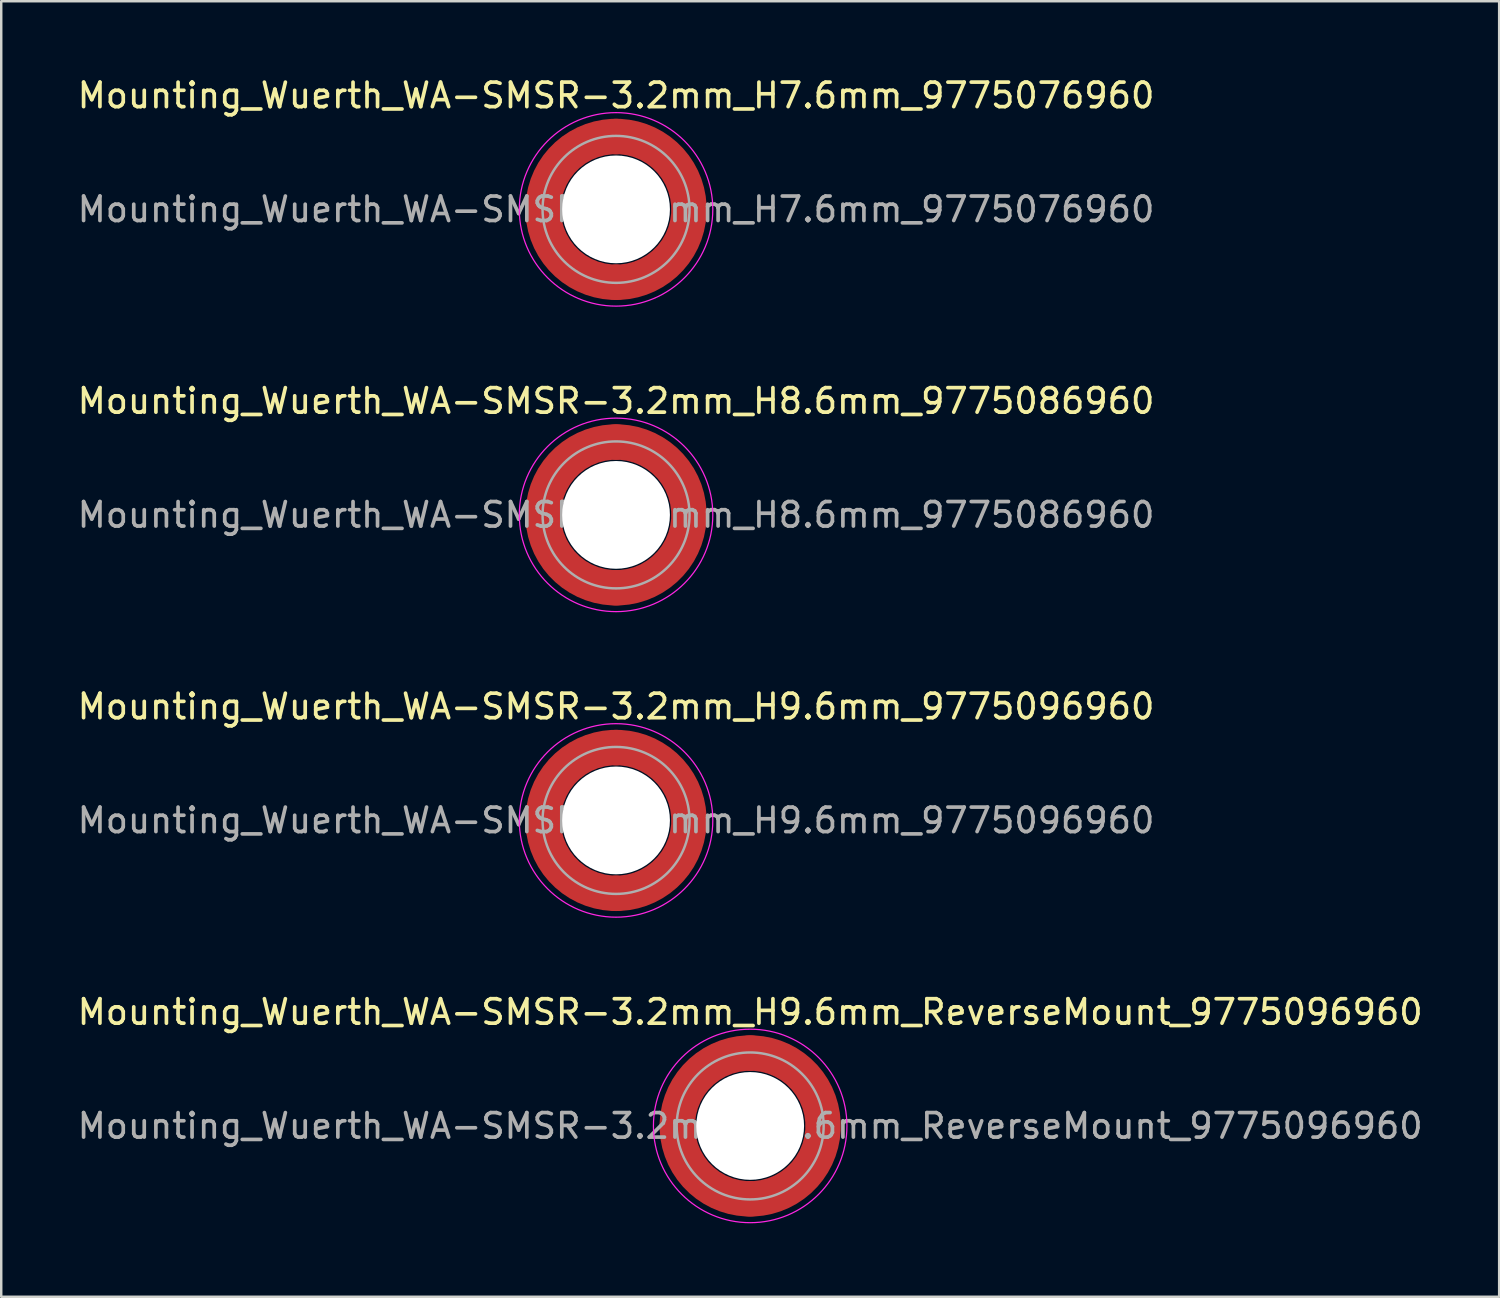
<source format=kicad_pcb>
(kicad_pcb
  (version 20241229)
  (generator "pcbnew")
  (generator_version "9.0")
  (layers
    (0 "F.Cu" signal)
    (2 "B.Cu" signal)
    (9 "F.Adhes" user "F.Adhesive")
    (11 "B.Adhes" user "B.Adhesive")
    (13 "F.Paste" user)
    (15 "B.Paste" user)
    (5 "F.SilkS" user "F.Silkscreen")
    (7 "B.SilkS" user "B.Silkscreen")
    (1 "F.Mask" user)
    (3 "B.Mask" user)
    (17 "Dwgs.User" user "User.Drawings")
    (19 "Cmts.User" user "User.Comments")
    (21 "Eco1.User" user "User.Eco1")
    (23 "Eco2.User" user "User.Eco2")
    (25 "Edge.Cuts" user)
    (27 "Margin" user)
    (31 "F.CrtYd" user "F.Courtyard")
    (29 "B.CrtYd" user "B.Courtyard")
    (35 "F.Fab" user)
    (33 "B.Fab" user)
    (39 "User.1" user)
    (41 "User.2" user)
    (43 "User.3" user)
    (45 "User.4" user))
  (footprint "Mounting_Wuerth_WA-SMSR-3.2mm_H7.6mm_9775076960"
    (layer "F.Cu")
    (at 22.101 5.498)
    (property "Reference" "Mounting_Wuerth_WA-SMSR-3.2mm_H7.6mm_9775076960" (at 0 -4.65 0) (layer "F.SilkS") (effects (font (size 1 1) (thickness 0.15))))
    (attr smd)
    (fp_circle (center 0 0) (end 3.95 0) (stroke (width 0.05) (type solid)) (fill no) (layer "F.CrtYd"))
    (fp_circle (center 0 0) (end 3 0) (stroke (width 0.1) (type solid)) (fill no) (layer "F.Fab"))
    (fp_text user "${REFERENCE}" (at 0 0 0) (layer "F.Fab") (effects (font (size 1 1) (thickness 0.15))))
    (pad "" smd custom (at -2.095 -2.095) (size 1.345 1.345) (layers "F.Paste") (options (anchor circle)) (primitives (gr_arc (start -0.426133 1.358554) (mid 0.237765 0.237765) (end 1.358554 -0.426133) (width 0.6725)) (gr_arc (start -0.774751 1.358554) (mid 0 0) (end 1.358554 -0.774751) (width 0.6725)) (gr_arc (start -1.120735 1.358554) (mid -0.237765 -0.237765) (end 1.358554 -1.120735) (width 0.6725)) (gr_arc (start -1.120735 1.358554) (mid -0.237765 -0.237765) (end 1.358554 -1.120735) (width 0.6725)) (gr_line (start 1.359 -0.426) (end 1.359 -1.121) (width 0.672)) (gr_line (start -0.426 1.359) (end -1.121 1.359) (width 0.672))))
    (pad "" smd custom (at -2.095 2.095) (size 1.345 1.345) (layers "F.Paste") (options (anchor circle)) (primitives (gr_arc (start 1.358554 0.426133) (mid 0.237765 -0.237765) (end -0.426133 -1.358554) (width 0.6725)) (gr_arc (start 1.358554 0.774751) (mid 0 0) (end -0.774751 -1.358554) (width 0.6725)) (gr_arc (start 1.358554 1.120735) (mid -0.237765 0.237765) (end -1.120735 -1.358554) (width 0.6725)) (gr_arc (start 1.358554 1.120735) (mid -0.237765 0.237765) (end -1.120735 -1.358554) (width 0.6725)) (gr_line (start -0.426 -1.359) (end -1.121 -1.359) (width 0.672)) (gr_line (start 1.359 0.426) (end 1.359 1.121) (width 0.672))))
    (pad "" np_thru_hole circle (at 0 0) (size 4.4 4.4) (drill 4.4) (layers "*.Cu" "*.Mask"))
    (pad "" smd custom (at 2.095 -2.095) (size 1.345 1.345) (layers "F.Paste") (options (anchor circle)) (primitives (gr_arc (start -1.358554 -0.426133) (mid -0.237765 0.237765) (end 0.426133 1.358554) (width 0.6725)) (gr_arc (start -1.358554 -0.774751) (mid 0 0) (end 0.774751 1.358554) (width 0.6725)) (gr_arc (start -1.358554 -1.120735) (mid 0.237765 -0.237765) (end 1.120735 1.358554) (width 0.6725)) (gr_arc (start -1.358554 -1.120735) (mid 0.237765 -0.237765) (end 1.120735 1.358554) (width 0.6725)) (gr_line (start 0.426 1.359) (end 1.121 1.359) (width 0.672)) (gr_line (start -1.359 -0.426) (end -1.359 -1.121) (width 0.672))))
    (pad "" smd custom (at 2.095 2.095) (size 1.345 1.345) (layers "F.Paste") (options (anchor circle)) (primitives (gr_arc (start 0.426133 -1.358554) (mid -0.237765 -0.237765) (end -1.358554 0.426133) (width 0.6725)) (gr_arc (start 0.774751 -1.358554) (mid 0 0) (end -1.358554 0.774751) (width 0.6725)) (gr_arc (start 1.120735 -1.358554) (mid 0.237765 0.237765) (end -1.358554 1.120735) (width 0.6725)) (gr_arc (start 1.120735 -1.358554) (mid 0.237765 0.237765) (end -1.358554 1.120735) (width 0.6725)) (gr_line (start -1.359 0.426) (end -1.359 1.121) (width 0.672)) (gr_line (start 0.426 -1.359) (end 1.121 -1.359) (width 0.672))))
    (pad "1" smd circle (at -2.975 0) (size 1.45 1.45) (layers "F.Cu"))
    (pad "1" smd circle (at 0 -2.975) (size 1.45 1.45) (layers "F.Cu"))
    (pad "1" smd circle (at 0 2.975) (size 1.45 1.45) (layers "F.Cu"))
    (pad "1" smd custom (at 2.975 0) (size 1.45 1.45) (layers "F.Cu" "F.Mask") (options (anchor circle)) (primitives (gr_circle (center -2.975 0) (end 0 0) (width 1.45) (fill no)))))
  (footprint "Mounting_Wuerth_WA-SMSR-3.2mm_H9.6mm_ReverseMount_9775096960"
    (layer "F.Cu")
    (at 27.577 42.918)
    (property "Reference" "Mounting_Wuerth_WA-SMSR-3.2mm_H9.6mm_ReverseMount_9775096960" (at 0 -4.65 0) (layer "F.SilkS") (effects (font (size 1 1) (thickness 0.15))))
    (attr smd)
    (fp_circle (center 0 0) (end 3.95 0) (stroke (width 0.05) (type solid)) (fill no) (layer "F.CrtYd"))
    (fp_circle (center 0 0) (end 3 0) (stroke (width 0.1) (type solid)) (fill no) (layer "F.Fab"))
    (fp_text user "${REFERENCE}" (at 0 0 0) (layer "F.Fab") (effects (font (size 1 1) (thickness 0.15))))
    (pad "" smd custom (at -2.095 -2.095) (size 0.672 0.672) (layers "F.Paste") (options (anchor circle)) (primitives (gr_arc (start -0.24231 1.594804) (mid 0.404819 0.404819) (end 1.594804 -0.24231) (width 0.2)) (gr_arc (start -0.3398 1.594804) (mid 0.337349 0.337349) (end 1.594804 -0.3398) (width 0.2)) (gr_arc (start -0.437132 1.594804) (mid 0.269879 0.269879) (end 1.594804 -0.437132) (width 0.2)) (gr_arc (start -0.534324 1.594804) (mid 0.202409 0.202409) (end 1.594804 -0.534324) (width 0.2)) (gr_arc (start -0.631391 1.594804) (mid 0.134939 0.134939) (end 1.594804 -0.631391) (width 0.2)) (gr_arc (start -0.728345 1.594804) (mid 0.06747 0.06747) (end 1.594804 -0.728345) (width 0.2)) (gr_arc (start -0.825197 1.594804) (mid 0 0) (end 1.594804 -0.825197) (width 0.2)) (gr_arc (start -0.921958 1.594804) (mid -0.067469 -0.067469) (end 1.594804 -0.921958) (width 0.2)) (gr_arc (start -1.018637 1.594804) (mid -0.13494 -0.13494) (end 1.594804 -1.018637) (width 0.2)) (gr_arc (start -1.115239 1.594804) (mid -0.202409 -0.202409) (end 1.594804 -1.115239) (width 0.2)) (gr_arc (start -1.211773 1.594804) (mid -0.269879 -0.269879) (end 1.594804 -1.211773) (width 0.2)) (gr_arc (start -1.308244 1.594804) (mid -0.337349 -0.337349) (end 1.594804 -1.308244) (width 0.2)) (gr_arc (start -1.404657 1.594804) (mid -0.404819 -0.404819) (end 1.594804 -1.404657) (width 0.2)) (gr_arc (start -1.404657 1.594804) (mid -0.404819 -0.404819) (end 1.594804 -1.404657) (width 0.2)) (gr_line (start 1.595 -0.242) (end 1.595 -1.405) (width 0.2)) (gr_line (start -0.242 1.595) (end -1.405 1.595) (width 0.2))))
    (pad "" smd custom (at -2.095 2.095) (size 0.672 0.672) (layers "F.Paste") (options (anchor circle)) (primitives (gr_arc (start 1.594804 0.24231) (mid 0.404819 -0.404819) (end -0.24231 -1.594804) (width 0.2)) (gr_arc (start 1.594804 0.3398) (mid 0.337349 -0.337349) (end -0.3398 -1.594804) (width 0.2)) (gr_arc (start 1.594804 0.437132) (mid 0.269879 -0.269879) (end -0.437132 -1.594804) (width 0.2)) (gr_arc (start 1.594804 0.534324) (mid 0.202409 -0.202409) (end -0.534324 -1.594804) (width 0.2)) (gr_arc (start 1.594804 0.631391) (mid 0.134939 -0.134939) (end -0.631391 -1.594804) (width 0.2)) (gr_arc (start 1.594804 0.728345) (mid 0.06747 -0.06747) (end -0.728345 -1.594804) (width 0.2)) (gr_arc (start 1.594804 0.825197) (mid 0 0) (end -0.825197 -1.594804) (width 0.2)) (gr_arc (start 1.594804 0.921958) (mid -0.067469 0.067469) (end -0.921958 -1.594804) (width 0.2)) (gr_arc (start 1.594804 1.018637) (mid -0.13494 0.13494) (end -1.018637 -1.594804) (width 0.2)) (gr_arc (start 1.594804 1.115239) (mid -0.202409 0.202409) (end -1.115239 -1.594804) (width 0.2)) (gr_arc (start 1.594804 1.211773) (mid -0.269879 0.269879) (end -1.211773 -1.594804) (width 0.2)) (gr_arc (start 1.594804 1.308244) (mid -0.337349 0.337349) (end -1.308244 -1.594804) (width 0.2)) (gr_arc (start 1.594804 1.404657) (mid -0.404819 0.404819) (end -1.404657 -1.594804) (width 0.2)) (gr_arc (start 1.594804 1.404657) (mid -0.404819 0.404819) (end -1.404657 -1.594804) (width 0.2)) (gr_line (start -0.242 -1.595) (end -1.405 -1.595) (width 0.2)) (gr_line (start 1.595 0.242) (end 1.595 1.405) (width 0.2))))
    (pad "" np_thru_hole circle (at 0 0) (size 4.4 4.4) (drill 4.4) (layers "*.Cu" "*.Mask"))
    (pad "" smd custom (at 2.095 -2.095) (size 0.672 0.672) (layers "F.Paste") (options (anchor circle)) (primitives (gr_arc (start -1.594804 -0.24231) (mid -0.404819 0.404819) (end 0.24231 1.594804) (width 0.2)) (gr_arc (start -1.594804 -0.3398) (mid -0.337349 0.337349) (end 0.3398 1.594804) (width 0.2)) (gr_arc (start -1.594804 -0.437132) (mid -0.269879 0.269879) (end 0.437132 1.594804) (width 0.2)) (gr_arc (start -1.594804 -0.534324) (mid -0.202409 0.202409) (end 0.534324 1.594804) (width 0.2)) (gr_arc (start -1.594804 -0.631391) (mid -0.134939 0.134939) (end 0.631391 1.594804) (width 0.2)) (gr_arc (start -1.594804 -0.728345) (mid -0.06747 0.06747) (end 0.728345 1.594804) (width 0.2)) (gr_arc (start -1.594804 -0.825197) (mid 0 0) (end 0.825197 1.594804) (width 0.2)) (gr_arc (start -1.594804 -0.921958) (mid 0.067469 -0.067469) (end 0.921958 1.594804) (width 0.2)) (gr_arc (start -1.594804 -1.018637) (mid 0.13494 -0.13494) (end 1.018637 1.594804) (width 0.2)) (gr_arc (start -1.594804 -1.115239) (mid 0.202409 -0.202409) (end 1.115239 1.594804) (width 0.2)) (gr_arc (start -1.594804 -1.211773) (mid 0.269879 -0.269879) (end 1.211773 1.594804) (width 0.2)) (gr_arc (start -1.594804 -1.308244) (mid 0.337349 -0.337349) (end 1.308244 1.594804) (width 0.2)) (gr_arc (start -1.594804 -1.404657) (mid 0.404819 -0.404819) (end 1.404657 1.594804) (width 0.2)) (gr_arc (start -1.594804 -1.404657) (mid 0.404819 -0.404819) (end 1.404657 1.594804) (width 0.2)) (gr_line (start 0.242 1.595) (end 1.405 1.595) (width 0.2)) (gr_line (start -1.595 -0.242) (end -1.595 -1.405) (width 0.2))))
    (pad "" smd custom (at 2.095 2.095) (size 0.672 0.672) (layers "F.Paste") (options (anchor circle)) (primitives (gr_arc (start 0.24231 -1.594804) (mid -0.404819 -0.404819) (end -1.594804 0.24231) (width 0.2)) (gr_arc (start 0.3398 -1.594804) (mid -0.337349 -0.337349) (end -1.594804 0.3398) (width 0.2)) (gr_arc (start 0.437132 -1.594804) (mid -0.269879 -0.269879) (end -1.594804 0.437132) (width 0.2)) (gr_arc (start 0.534324 -1.594804) (mid -0.202409 -0.202409) (end -1.594804 0.534324) (width 0.2)) (gr_arc (start 0.631391 -1.594804) (mid -0.134939 -0.134939) (end -1.594804 0.631391) (width 0.2)) (gr_arc (start 0.728345 -1.594804) (mid -0.06747 -0.06747) (end -1.594804 0.728345) (width 0.2)) (gr_arc (start 0.825197 -1.594804) (mid 0 0) (end -1.594804 0.825197) (width 0.2)) (gr_arc (start 0.921958 -1.594804) (mid 0.067469 0.067469) (end -1.594804 0.921958) (width 0.2)) (gr_arc (start 1.018637 -1.594804) (mid 0.13494 0.13494) (end -1.594804 1.018637) (width 0.2)) (gr_arc (start 1.115239 -1.594804) (mid 0.202409 0.202409) (end -1.594804 1.115239) (width 0.2)) (gr_arc (start 1.211773 -1.594804) (mid 0.269879 0.269879) (end -1.594804 1.211773) (width 0.2)) (gr_arc (start 1.308244 -1.594804) (mid 0.337349 0.337349) (end -1.594804 1.308244) (width 0.2)) (gr_arc (start 1.404657 -1.594804) (mid 0.404819 0.404819) (end -1.594804 1.404657) (width 0.2)) (gr_arc (start 1.404657 -1.594804) (mid 0.404819 0.404819) (end -1.594804 1.404657) (width 0.2)) (gr_line (start -1.595 0.242) (end -1.595 1.405) (width 0.2)) (gr_line (start 0.242 -1.595) (end 1.405 -1.595) (width 0.2))))
    (pad "1" smd circle (at -2.975 0) (size 1.45 1.45) (layers "F.Cu"))
    (pad "1" smd circle (at 0 -2.975) (size 1.45 1.45) (layers "F.Cu"))
    (pad "1" smd circle (at 0 2.975) (size 1.45 1.45) (layers "F.Cu"))
    (pad "1" smd custom (at 2.975 0) (size 1.45 1.45) (layers "F.Cu" "F.Mask") (options (anchor circle)) (primitives (gr_circle (center -2.975 0) (end 0 0) (width 1.45) (fill no)))))
  (footprint "Mounting_Wuerth_WA-SMSR-3.2mm_H9.6mm_9775096960"
    (layer "F.Cu")
    (at 22.101 30.445)
    (property "Reference" "Mounting_Wuerth_WA-SMSR-3.2mm_H9.6mm_9775096960" (at 0 -4.65 0) (layer "F.SilkS") (effects (font (size 1 1) (thickness 0.15))))
    (attr smd)
    (fp_circle (center 0 0) (end 3.95 0) (stroke (width 0.05) (type solid)) (fill no) (layer "F.CrtYd"))
    (fp_circle (center 0 0) (end 3 0) (stroke (width 0.1) (type solid)) (fill no) (layer "F.Fab"))
    (fp_text user "${REFERENCE}" (at 0 0 0) (layer "F.Fab") (effects (font (size 1 1) (thickness 0.15))))
    (pad "" smd custom (at -2.095 -2.095) (size 1.345 1.345) (layers "F.Paste") (options (anchor circle)) (primitives (gr_arc (start -0.426133 1.358554) (mid 0.237765 0.237765) (end 1.358554 -0.426133) (width 0.6725)) (gr_arc (start -0.774751 1.358554) (mid 0 0) (end 1.358554 -0.774751) (width 0.6725)) (gr_arc (start -1.120735 1.358554) (mid -0.237765 -0.237765) (end 1.358554 -1.120735) (width 0.6725)) (gr_arc (start -1.120735 1.358554) (mid -0.237765 -0.237765) (end 1.358554 -1.120735) (width 0.6725)) (gr_line (start 1.359 -0.426) (end 1.359 -1.121) (width 0.672)) (gr_line (start -0.426 1.359) (end -1.121 1.359) (width 0.672))))
    (pad "" smd custom (at -2.095 2.095) (size 1.345 1.345) (layers "F.Paste") (options (anchor circle)) (primitives (gr_arc (start 1.358554 0.426133) (mid 0.237765 -0.237765) (end -0.426133 -1.358554) (width 0.6725)) (gr_arc (start 1.358554 0.774751) (mid 0 0) (end -0.774751 -1.358554) (width 0.6725)) (gr_arc (start 1.358554 1.120735) (mid -0.237765 0.237765) (end -1.120735 -1.358554) (width 0.6725)) (gr_arc (start 1.358554 1.120735) (mid -0.237765 0.237765) (end -1.120735 -1.358554) (width 0.6725)) (gr_line (start -0.426 -1.359) (end -1.121 -1.359) (width 0.672)) (gr_line (start 1.359 0.426) (end 1.359 1.121) (width 0.672))))
    (pad "" np_thru_hole circle (at 0 0) (size 4.4 4.4) (drill 4.4) (layers "*.Cu" "*.Mask"))
    (pad "" smd custom (at 2.095 -2.095) (size 1.345 1.345) (layers "F.Paste") (options (anchor circle)) (primitives (gr_arc (start -1.358554 -0.426133) (mid -0.237765 0.237765) (end 0.426133 1.358554) (width 0.6725)) (gr_arc (start -1.358554 -0.774751) (mid 0 0) (end 0.774751 1.358554) (width 0.6725)) (gr_arc (start -1.358554 -1.120735) (mid 0.237765 -0.237765) (end 1.120735 1.358554) (width 0.6725)) (gr_arc (start -1.358554 -1.120735) (mid 0.237765 -0.237765) (end 1.120735 1.358554) (width 0.6725)) (gr_line (start 0.426 1.359) (end 1.121 1.359) (width 0.672)) (gr_line (start -1.359 -0.426) (end -1.359 -1.121) (width 0.672))))
    (pad "" smd custom (at 2.095 2.095) (size 1.345 1.345) (layers "F.Paste") (options (anchor circle)) (primitives (gr_arc (start 0.426133 -1.358554) (mid -0.237765 -0.237765) (end -1.358554 0.426133) (width 0.6725)) (gr_arc (start 0.774751 -1.358554) (mid 0 0) (end -1.358554 0.774751) (width 0.6725)) (gr_arc (start 1.120735 -1.358554) (mid 0.237765 0.237765) (end -1.358554 1.120735) (width 0.6725)) (gr_arc (start 1.120735 -1.358554) (mid 0.237765 0.237765) (end -1.358554 1.120735) (width 0.6725)) (gr_line (start -1.359 0.426) (end -1.359 1.121) (width 0.672)) (gr_line (start 0.426 -1.359) (end 1.121 -1.359) (width 0.672))))
    (pad "1" smd circle (at -2.975 0) (size 1.45 1.45) (layers "F.Cu"))
    (pad "1" smd circle (at 0 -2.975) (size 1.45 1.45) (layers "F.Cu"))
    (pad "1" smd circle (at 0 2.975) (size 1.45 1.45) (layers "F.Cu"))
    (pad "1" smd custom (at 2.975 0) (size 1.45 1.45) (layers "F.Cu" "F.Mask") (options (anchor circle)) (primitives (gr_circle (center -2.975 0) (end 0 0) (width 1.45) (fill no)))))
  (footprint "Mounting_Wuerth_WA-SMSR-3.2mm_H8.6mm_9775086960"
    (layer "F.Cu")
    (at 22.101 17.971)
    (property "Reference" "Mounting_Wuerth_WA-SMSR-3.2mm_H8.6mm_9775086960" (at 0 -4.65 0) (layer "F.SilkS") (effects (font (size 1 1) (thickness 0.15))))
    (attr smd)
    (fp_circle (center 0 0) (end 3.95 0) (stroke (width 0.05) (type solid)) (fill no) (layer "F.CrtYd"))
    (fp_circle (center 0 0) (end 3 0) (stroke (width 0.1) (type solid)) (fill no) (layer "F.Fab"))
    (fp_text user "${REFERENCE}" (at 0 0 0) (layer "F.Fab") (effects (font (size 1 1) (thickness 0.15))))
    (pad "" smd custom (at -2.095 -2.095) (size 1.345 1.345) (layers "F.Paste") (options (anchor circle)) (primitives (gr_arc (start -0.426133 1.358554) (mid 0.237765 0.237765) (end 1.358554 -0.426133) (width 0.6725)) (gr_arc (start -0.774751 1.358554) (mid 0 0) (end 1.358554 -0.774751) (width 0.6725)) (gr_arc (start -1.120735 1.358554) (mid -0.237765 -0.237765) (end 1.358554 -1.120735) (width 0.6725)) (gr_arc (start -1.120735 1.358554) (mid -0.237765 -0.237765) (end 1.358554 -1.120735) (width 0.6725)) (gr_line (start 1.359 -0.426) (end 1.359 -1.121) (width 0.672)) (gr_line (start -0.426 1.359) (end -1.121 1.359) (width 0.672))))
    (pad "" smd custom (at -2.095 2.095) (size 1.345 1.345) (layers "F.Paste") (options (anchor circle)) (primitives (gr_arc (start 1.358554 0.426133) (mid 0.237765 -0.237765) (end -0.426133 -1.358554) (width 0.6725)) (gr_arc (start 1.358554 0.774751) (mid 0 0) (end -0.774751 -1.358554) (width 0.6725)) (gr_arc (start 1.358554 1.120735) (mid -0.237765 0.237765) (end -1.120735 -1.358554) (width 0.6725)) (gr_arc (start 1.358554 1.120735) (mid -0.237765 0.237765) (end -1.120735 -1.358554) (width 0.6725)) (gr_line (start -0.426 -1.359) (end -1.121 -1.359) (width 0.672)) (gr_line (start 1.359 0.426) (end 1.359 1.121) (width 0.672))))
    (pad "" np_thru_hole circle (at 0 0) (size 4.4 4.4) (drill 4.4) (layers "*.Cu" "*.Mask"))
    (pad "" smd custom (at 2.095 -2.095) (size 1.345 1.345) (layers "F.Paste") (options (anchor circle)) (primitives (gr_arc (start -1.358554 -0.426133) (mid -0.237765 0.237765) (end 0.426133 1.358554) (width 0.6725)) (gr_arc (start -1.358554 -0.774751) (mid 0 0) (end 0.774751 1.358554) (width 0.6725)) (gr_arc (start -1.358554 -1.120735) (mid 0.237765 -0.237765) (end 1.120735 1.358554) (width 0.6725)) (gr_arc (start -1.358554 -1.120735) (mid 0.237765 -0.237765) (end 1.120735 1.358554) (width 0.6725)) (gr_line (start 0.426 1.359) (end 1.121 1.359) (width 0.672)) (gr_line (start -1.359 -0.426) (end -1.359 -1.121) (width 0.672))))
    (pad "" smd custom (at 2.095 2.095) (size 1.345 1.345) (layers "F.Paste") (options (anchor circle)) (primitives (gr_arc (start 0.426133 -1.358554) (mid -0.237765 -0.237765) (end -1.358554 0.426133) (width 0.6725)) (gr_arc (start 0.774751 -1.358554) (mid 0 0) (end -1.358554 0.774751) (width 0.6725)) (gr_arc (start 1.120735 -1.358554) (mid 0.237765 0.237765) (end -1.358554 1.120735) (width 0.6725)) (gr_arc (start 1.120735 -1.358554) (mid 0.237765 0.237765) (end -1.358554 1.120735) (width 0.6725)) (gr_line (start -1.359 0.426) (end -1.359 1.121) (width 0.672)) (gr_line (start 0.426 -1.359) (end 1.121 -1.359) (width 0.672))))
    (pad "1" smd circle (at -2.975 0) (size 1.45 1.45) (layers "F.Cu"))
    (pad "1" smd circle (at 0 -2.975) (size 1.45 1.45) (layers "F.Cu"))
    (pad "1" smd circle (at 0 2.975) (size 1.45 1.45) (layers "F.Cu"))
    (pad "1" smd custom (at 2.975 0) (size 1.45 1.45) (layers "F.Cu" "F.Mask") (options (anchor circle)) (primitives (gr_circle (center -2.975 0) (end 0 0) (width 1.45) (fill no)))))
  (gr_rect
    (start -3 -3)
    (end 58.155 49.893)
    (stroke (width 0.1) (type default))
    (fill no)
    (layer "Edge.Cuts")))
</source>
